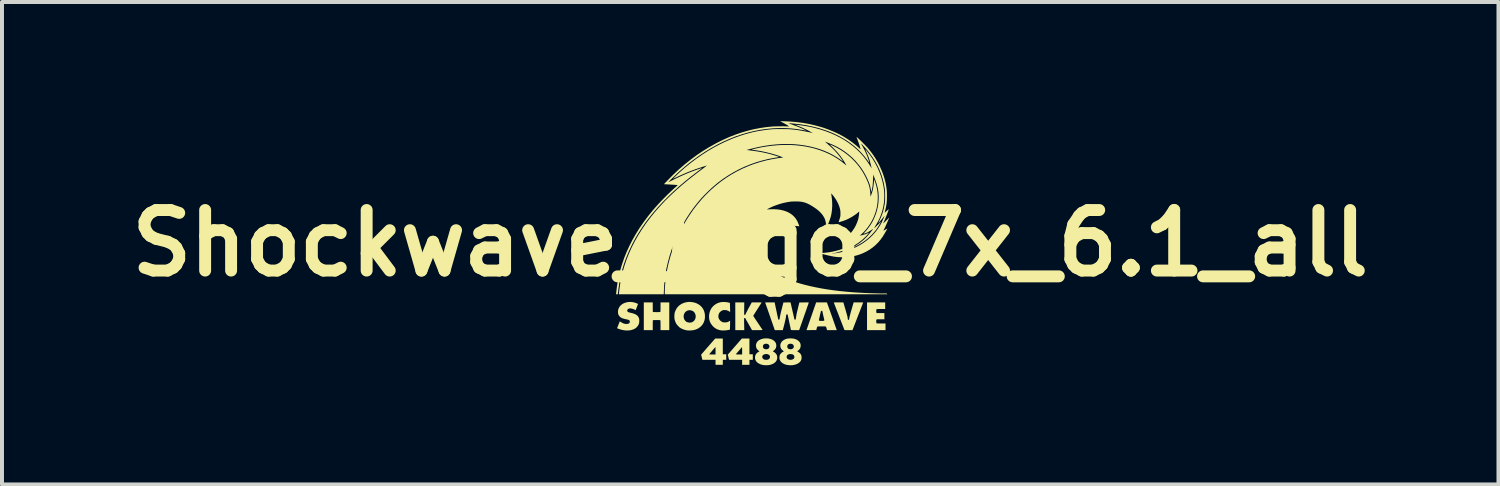
<source format=kicad_pcb>
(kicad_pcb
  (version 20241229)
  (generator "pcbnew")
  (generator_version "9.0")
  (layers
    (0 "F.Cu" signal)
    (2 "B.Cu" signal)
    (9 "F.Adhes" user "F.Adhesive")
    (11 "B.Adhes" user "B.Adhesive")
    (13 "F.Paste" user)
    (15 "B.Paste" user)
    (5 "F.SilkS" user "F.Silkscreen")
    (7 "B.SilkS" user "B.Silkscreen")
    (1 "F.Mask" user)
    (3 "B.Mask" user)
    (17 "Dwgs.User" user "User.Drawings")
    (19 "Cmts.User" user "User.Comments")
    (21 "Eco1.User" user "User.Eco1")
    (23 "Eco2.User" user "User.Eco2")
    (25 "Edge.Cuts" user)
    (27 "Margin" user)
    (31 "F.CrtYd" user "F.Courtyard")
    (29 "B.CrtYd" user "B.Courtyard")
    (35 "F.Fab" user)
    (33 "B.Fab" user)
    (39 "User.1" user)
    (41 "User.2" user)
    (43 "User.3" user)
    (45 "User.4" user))
  (footprint "Shockwave_logo_7x_6.1_all"
    (layer "F.Cu")
    (at 15.828 3.069)
    (property "Reference" "Shockwave_logo_7x_6.1_all" (at 0 0 0) (layer "F.SilkS") (effects (font (size 1.524 1.524) (thickness 0.3))))
    (attr board_only exclude_from_pos_files exclude_from_bom)
    (fp_poly (pts (xy -2.922 1.68) (xy -2.924 1.682) (xy -2.927 1.68) (xy -2.924 1.678)) (stroke (width 0) (type solid)) (fill yes) (layer "F.SilkS"))
    (fp_poly (pts (xy -2.914 1.684) (xy -2.916 1.686) (xy -2.918 1.684) (xy -2.916 1.682)) (stroke (width 0) (type solid)) (fill yes) (layer "F.SilkS"))
    (fp_poly (pts (xy -2.906 1.688) (xy -2.908 1.69) (xy -2.91 1.688) (xy -2.908 1.686)) (stroke (width 0) (type solid)) (fill yes) (layer "F.SilkS"))
    (fp_poly (pts (xy -2.894 1.696) (xy -2.896 1.698) (xy -2.898 1.696) (xy -2.896 1.694)) (stroke (width 0) (type solid)) (fill yes) (layer "F.SilkS"))
    (fp_poly (pts (xy -2.886 1.7) (xy -2.888 1.702) (xy -2.89 1.7) (xy -2.888 1.698)) (stroke (width 0) (type solid)) (fill yes) (layer "F.SilkS"))
    (fp_poly (pts (xy -3.054 1.949) (xy -3.046 1.956) (xy -3.045 1.959) (xy -3.046 1.959) (xy -3.05 1.956) (xy -3.055 1.95) (xy -3.063 1.941)) (stroke (width 0) (type solid)) (fill yes) (layer "F.SilkS"))
    (fp_poly (pts (xy -3.047 1.994) (xy -3.051 2) (xy -3.057 2.006) (xy -3.06 2.008) (xy -3.06 2.006) (xy -3.055 2) (xy -3.049 1.994) (xy -3.046 1.992)) (stroke (width 0) (type solid)) (fill yes) (layer "F.SilkS"))
    (fp_poly (pts (xy -3.042 1.968) (xy -3.041 1.979) (xy -3.042 1.983) (xy -3.043 1.984) (xy -3.044 1.978) (xy -3.044 1.976) (xy -3.044 1.968) (xy -3.042 1.967)) (stroke (width 0) (type solid)) (fill yes) (layer "F.SilkS"))
    (fp_poly (pts (xy -0.69 2.796) (xy -0.604 2.796) (xy -0.604 2.935) (xy -0.69 2.935) (xy -0.69 3.061) (xy -0.873 3.061) (xy -0.873 2.935) (xy -1.204 2.935) (xy -1.206 2.926) (xy -1.208 2.918) (xy -1.211 2.905) (xy -1.215 2.887) (xy -1.22 2.866) (xy -1.222 2.861) (xy -1.235 2.805) (xy -1.228 2.797) (xy -1.033 2.797) (xy -1.029 2.798) (xy -1.018 2.799) (xy -1.001 2.799) (xy -0.981 2.8) (xy -0.956 2.8) (xy -0.953 2.8) (xy -0.873 2.8) (xy -0.873 2.705) (xy -0.874 2.675) (xy -0.874 2.652) (xy -0.874 2.635) (xy -0.875 2.624) (xy -0.876 2.618) (xy -0.877 2.616) (xy -0.879 2.616) (xy -0.879 2.616) (xy -0.886 2.623) (xy -0.896 2.635) (xy -0.909 2.65) (xy -0.924 2.668) (xy -0.941 2.687) (xy -0.959 2.708) (xy -0.976 2.728) (xy -0.993 2.748) (xy -1.007 2.765) (xy -1.019 2.78) (xy -1.028 2.79) (xy -1.032 2.796) (xy -1.033 2.797) (xy -1.228 2.797) (xy -1.059 2.602) (xy -0.882 2.4) (xy -0.69 2.4)) (stroke (width 0) (type solid)) (fill yes) (layer "F.SilkS"))
    (fp_poly (pts (xy -0.02 2.796) (xy 0.065 2.796) (xy 0.065 2.935) (xy -0.02 2.935) (xy -0.02 3.061) (xy -0.204 3.061) (xy -0.204 2.935) (xy -0.533 2.935) (xy -0.549 2.87) (xy -0.565 2.805) (xy -0.557 2.796) (xy -0.363 2.796) (xy -0.359 2.798) (xy -0.349 2.799) (xy -0.332 2.799) (xy -0.311 2.8) (xy -0.286 2.8) (xy -0.204 2.8) (xy -0.204 2.705) (xy -0.204 2.674) (xy -0.205 2.651) (xy -0.205 2.634) (xy -0.206 2.623) (xy -0.207 2.617) (xy -0.208 2.616) (xy -0.209 2.617) (xy -0.213 2.621) (xy -0.222 2.631) (xy -0.234 2.646) (xy -0.25 2.664) (xy -0.267 2.684) (xy -0.287 2.707) (xy -0.288 2.708) (xy -0.307 2.73) (xy -0.325 2.751) (xy -0.34 2.768) (xy -0.351 2.782) (xy -0.359 2.792) (xy -0.363 2.796) (xy -0.363 2.796) (xy -0.557 2.796) (xy -0.453 2.677) (xy -0.426 2.646) (xy -0.397 2.613) (xy -0.369 2.581) (xy -0.341 2.549) (xy -0.316 2.52) (xy -0.294 2.495) (xy -0.276 2.474) (xy -0.211 2.4) (xy -0.02 2.4)) (stroke (width 0) (type solid)) (fill yes) (layer "F.SilkS"))
    (fp_poly (pts (xy 3.396 1.657) (xy 3.288 1.657) (xy 3.254 1.657) (xy 3.227 1.657) (xy 3.207 1.658) (xy 3.192 1.659) (xy 3.182 1.662) (xy 3.176 1.667) (xy 3.173 1.673) (xy 3.171 1.682) (xy 3.171 1.694) (xy 3.171 1.709) (xy 3.171 1.71) (xy 3.172 1.729) (xy 3.173 1.742) (xy 3.176 1.75) (xy 3.178 1.753) (xy 3.181 1.755) (xy 3.186 1.756) (xy 3.195 1.758) (xy 3.207 1.758) (xy 3.225 1.759) (xy 3.249 1.759) (xy 3.28 1.759) (xy 3.376 1.759) (xy 3.376 1.914) (xy 3.28 1.914) (xy 3.248 1.914) (xy 3.222 1.914) (xy 3.203 1.915) (xy 3.19 1.917) (xy 3.181 1.921) (xy 3.175 1.926) (xy 3.172 1.935) (xy 3.171 1.946) (xy 3.171 1.96) (xy 3.171 1.968) (xy 3.172 1.988) (xy 3.173 2.002) (xy 3.175 2.01) (xy 3.178 2.014) (xy 3.181 2.016) (xy 3.186 2.017) (xy 3.194 2.019) (xy 3.206 2.019) (xy 3.222 2.02) (xy 3.245 2.02) (xy 3.274 2.02) (xy 3.294 2.02) (xy 3.404 2.02) (xy 3.404 2.188) (xy 2.939 2.188) (xy 2.939 1.49) (xy 3.396 1.49)) (stroke (width 0) (type solid)) (fill yes) (layer "F.SilkS"))
    (fp_poly (pts (xy -2.453 1.607) (xy -2.453 1.645) (xy -2.453 1.674) (xy -2.452 1.697) (xy -2.451 1.713) (xy -2.45 1.724) (xy -2.449 1.729) (xy -2.448 1.73) (xy -2.444 1.732) (xy -2.433 1.733) (xy -2.417 1.734) (xy -2.393 1.734) (xy -2.362 1.735) (xy -2.354 1.735) (xy -2.325 1.735) (xy -2.303 1.734) (xy -2.287 1.734) (xy -2.276 1.733) (xy -2.269 1.732) (xy -2.265 1.731) (xy -2.262 1.728) (xy -2.261 1.727) (xy -2.26 1.72) (xy -2.259 1.706) (xy -2.258 1.685) (xy -2.257 1.657) (xy -2.257 1.624) (xy -2.257 1.604) (xy -2.257 1.49) (xy -2.037 1.49) (xy -2.037 2.188) (xy -2.257 2.188) (xy -2.257 2.069) (xy -2.257 2.032) (xy -2.258 2.001) (xy -2.258 1.975) (xy -2.259 1.957) (xy -2.261 1.946) (xy -2.261 1.943) (xy -2.263 1.94) (xy -2.266 1.938) (xy -2.272 1.937) (xy -2.28 1.936) (xy -2.293 1.935) (xy -2.312 1.935) (xy -2.337 1.935) (xy -2.354 1.935) (xy -2.387 1.935) (xy -2.412 1.935) (xy -2.43 1.936) (xy -2.442 1.937) (xy -2.448 1.939) (xy -2.448 1.94) (xy -2.45 1.944) (xy -2.451 1.953) (xy -2.452 1.967) (xy -2.452 1.988) (xy -2.453 2.016) (xy -2.453 2.051) (xy -2.453 2.066) (xy -2.453 2.188) (xy -2.678 2.188) (xy -2.678 1.49) (xy -2.453 1.49)) (stroke (width 0) (type solid)) (fill yes) (layer "F.SilkS"))
    (fp_poly (pts (xy -0.64 1.48) (xy -0.579 1.487) (xy -0.547 1.494) (xy -0.511 1.502) (xy -0.509 1.579) (xy -0.508 1.615) (xy -0.507 1.648) (xy -0.506 1.676) (xy -0.506 1.699) (xy -0.506 1.717) (xy -0.507 1.727) (xy -0.508 1.731) (xy -0.512 1.729) (xy -0.521 1.723) (xy -0.531 1.716) (xy -0.561 1.7) (xy -0.59 1.689) (xy -0.622 1.684) (xy -0.635 1.683) (xy -0.655 1.682) (xy -0.67 1.683) (xy -0.682 1.686) (xy -0.694 1.689) (xy -0.728 1.706) (xy -0.756 1.728) (xy -0.778 1.754) (xy -0.793 1.785) (xy -0.8 1.819) (xy -0.802 1.839) (xy -0.801 1.858) (xy -0.799 1.872) (xy -0.795 1.885) (xy -0.789 1.899) (xy -0.771 1.929) (xy -0.749 1.954) (xy -0.721 1.973) (xy -0.711 1.979) (xy -0.697 1.985) (xy -0.686 1.99) (xy -0.675 1.992) (xy -0.662 1.993) (xy -0.645 1.994) (xy -0.637 1.994) (xy -0.605 1.992) (xy -0.578 1.987) (xy -0.553 1.978) (xy -0.527 1.963) (xy -0.527 1.963) (xy -0.508 1.951) (xy -0.507 1.964) (xy -0.506 1.972) (xy -0.506 1.987) (xy -0.507 2.007) (xy -0.507 2.031) (xy -0.508 2.058) (xy -0.508 2.076) (xy -0.511 2.175) (xy -0.526 2.18) (xy -0.552 2.185) (xy -0.584 2.19) (xy -0.62 2.194) (xy -0.656 2.196) (xy -0.69 2.197) (xy -0.721 2.195) (xy -0.723 2.195) (xy -0.773 2.187) (xy -0.822 2.171) (xy -0.868 2.148) (xy -0.909 2.118) (xy -0.933 2.096) (xy -0.968 2.056) (xy -0.996 2.014) (xy -1.017 1.969) (xy -1.03 1.921) (xy -1.036 1.87) (xy -1.036 1.829) (xy -1.03 1.773) (xy -1.016 1.72) (xy -0.996 1.672) (xy -0.969 1.627) (xy -0.935 1.587) (xy -0.897 1.554) (xy -0.852 1.524) (xy -0.804 1.502) (xy -0.752 1.487) (xy -0.698 1.48)) (stroke (width 0) (type solid)) (fill yes) (layer "F.SilkS"))
    (fp_poly (pts (xy -1.45 1.485) (xy -1.398 1.496) (xy -1.349 1.514) (xy -1.303 1.538) (xy -1.262 1.567) (xy -1.229 1.598) (xy -1.197 1.639) (xy -1.171 1.683) (xy -1.154 1.731) (xy -1.143 1.782) (xy -1.139 1.838) (xy -1.139 1.841) (xy -1.142 1.897) (xy -1.153 1.949) (xy -1.171 1.997) (xy -1.196 2.041) (xy -1.229 2.081) (xy -1.237 2.09) (xy -1.276 2.123) (xy -1.32 2.151) (xy -1.369 2.172) (xy -1.422 2.187) (xy -1.479 2.195) (xy -1.539 2.197) (xy -1.569 2.196) (xy -1.617 2.189) (xy -1.663 2.177) (xy -1.71 2.158) (xy -1.722 2.152) (xy -1.742 2.143) (xy -1.757 2.134) (xy -1.77 2.126) (xy -1.782 2.115) (xy -1.797 2.102) (xy -1.81 2.088) (xy -1.831 2.066) (xy -1.847 2.047) (xy -1.859 2.03) (xy -1.867 2.017) (xy -1.887 1.972) (xy -1.901 1.928) (xy -1.908 1.883) (xy -1.909 1.841) (xy -1.676 1.841) (xy -1.673 1.875) (xy -1.663 1.909) (xy -1.66 1.916) (xy -1.642 1.945) (xy -1.62 1.969) (xy -1.592 1.985) (xy -1.56 1.995) (xy -1.524 1.999) (xy -1.515 1.998) (xy -1.495 1.997) (xy -1.479 1.994) (xy -1.465 1.988) (xy -1.455 1.984) (xy -1.427 1.966) (xy -1.405 1.943) (xy -1.388 1.916) (xy -1.377 1.885) (xy -1.372 1.853) (xy -1.374 1.82) (xy -1.381 1.788) (xy -1.396 1.756) (xy -1.409 1.738) (xy -1.429 1.718) (xy -1.455 1.703) (xy -1.485 1.692) (xy -1.516 1.687) (xy -1.538 1.687) (xy -1.572 1.694) (xy -1.601 1.707) (xy -1.627 1.727) (xy -1.647 1.75) (xy -1.663 1.778) (xy -1.672 1.809) (xy -1.676 1.841) (xy -1.909 1.841) (xy -1.909 1.834) (xy -1.909 1.821) (xy -1.906 1.787) (xy -1.902 1.757) (xy -1.894 1.729) (xy -1.883 1.701) (xy -1.873 1.68) (xy -1.848 1.635) (xy -1.816 1.595) (xy -1.778 1.561) (xy -1.734 1.532) (xy -1.712 1.52) (xy -1.662 1.5) (xy -1.61 1.486) (xy -1.557 1.479) (xy -1.503 1.479)) (stroke (width 0) (type solid)) (fill yes) (layer "F.SilkS"))
    (fp_poly (pts (xy -0.152 1.646) (xy -0.153 1.802) (xy -0.138 1.803) (xy -0.13 1.804) (xy -0.124 1.802) (xy -0.121 1.796) (xy -0.116 1.784) (xy -0.116 1.782) (xy -0.112 1.773) (xy -0.105 1.759) (xy -0.095 1.738) (xy -0.082 1.714) (xy -0.068 1.686) (xy -0.052 1.656) (xy -0.035 1.625) (xy -0.035 1.625) (xy 0.039 1.49) (xy 0.162 1.49) (xy 0.195 1.49) (xy 0.224 1.49) (xy 0.249 1.491) (xy 0.268 1.492) (xy 0.28 1.492) (xy 0.286 1.493) (xy 0.286 1.494) (xy 0.284 1.498) (xy 0.277 1.508) (xy 0.268 1.524) (xy 0.255 1.544) (xy 0.239 1.569) (xy 0.221 1.597) (xy 0.202 1.628) (xy 0.181 1.66) (xy 0.16 1.693) (xy 0.14 1.724) (xy 0.122 1.752) (xy 0.107 1.777) (xy 0.094 1.798) (xy 0.084 1.814) (xy 0.078 1.824) (xy 0.076 1.829) (xy 0.078 1.833) (xy 0.085 1.844) (xy 0.095 1.86) (xy 0.108 1.88) (xy 0.124 1.905) (xy 0.143 1.933) (xy 0.164 1.964) (xy 0.186 1.997) (xy 0.191 2.005) (xy 0.214 2.038) (xy 0.235 2.07) (xy 0.254 2.099) (xy 0.271 2.125) (xy 0.286 2.146) (xy 0.297 2.163) (xy 0.305 2.175) (xy 0.308 2.181) (xy 0.309 2.182) (xy 0.309 2.183) (xy 0.306 2.185) (xy 0.301 2.186) (xy 0.292 2.186) (xy 0.279 2.187) (xy 0.261 2.187) (xy 0.236 2.188) (xy 0.204 2.188) (xy 0.178 2.188) (xy 0.045 2.188) (xy -0.011 2.089) (xy -0.027 2.061) (xy -0.043 2.033) (xy -0.058 2.007) (xy -0.071 1.984) (xy -0.082 1.966) (xy -0.089 1.954) (xy -0.099 1.938) (xy -0.107 1.922) (xy -0.113 1.91) (xy -0.115 1.905) (xy -0.121 1.891) (xy -0.127 1.884) (xy -0.135 1.882) (xy -0.137 1.882) (xy -0.142 1.882) (xy -0.146 1.883) (xy -0.149 1.886) (xy -0.151 1.891) (xy -0.153 1.899) (xy -0.154 1.911) (xy -0.155 1.928) (xy -0.155 1.95) (xy -0.154 1.978) (xy -0.154 2.013) (xy -0.153 2.041) (xy -0.15 2.188) (xy -0.376 2.188) (xy -0.376 1.49) (xy -0.15 1.49)) (stroke (width 0) (type solid)) (fill yes) (layer "F.SilkS"))
    (fp_poly (pts (xy 2.051 1.83) (xy 2.069 1.88) (xy 2.086 1.929) (xy 2.102 1.975) (xy 2.117 2.017) (xy 2.131 2.056) (xy 2.143 2.091) (xy 2.154 2.121) (xy 2.162 2.145) (xy 2.169 2.163) (xy 2.173 2.174) (xy 2.174 2.179) (xy 2.176 2.188) (xy 1.932 2.188) (xy 1.922 2.148) (xy 1.917 2.13) (xy 1.912 2.115) (xy 1.907 2.104) (xy 1.905 2.101) (xy 1.902 2.099) (xy 1.898 2.097) (xy 1.891 2.096) (xy 1.881 2.095) (xy 1.866 2.094) (xy 1.846 2.094) (xy 1.82 2.094) (xy 1.797 2.094) (xy 1.762 2.094) (xy 1.735 2.094) (xy 1.715 2.095) (xy 1.701 2.096) (xy 1.692 2.098) (xy 1.689 2.099) (xy 1.685 2.105) (xy 1.68 2.118) (xy 1.674 2.136) (xy 1.672 2.145) (xy 1.662 2.186) (xy 1.539 2.187) (xy 1.416 2.188) (xy 1.445 2.105) (xy 1.451 2.087) (xy 1.46 2.062) (xy 1.471 2.031) (xy 1.483 1.995) (xy 1.497 1.954) (xy 1.505 1.933) (xy 1.728 1.933) (xy 1.729 1.943) (xy 1.733 1.948) (xy 1.74 1.951) (xy 1.753 1.954) (xy 1.77 1.955) (xy 1.79 1.956) (xy 1.811 1.956) (xy 1.83 1.955) (xy 1.846 1.953) (xy 1.857 1.951) (xy 1.861 1.949) (xy 1.863 1.945) (xy 1.863 1.94) (xy 1.862 1.93) (xy 1.86 1.916) (xy 1.856 1.897) (xy 1.85 1.871) (xy 1.848 1.862) (xy 1.841 1.835) (xy 1.835 1.807) (xy 1.829 1.782) (xy 1.825 1.76) (xy 1.822 1.745) (xy 1.819 1.729) (xy 1.816 1.715) (xy 1.814 1.707) (xy 1.814 1.705) (xy 1.808 1.703) (xy 1.798 1.702) (xy 1.788 1.704) (xy 1.781 1.707) (xy 1.781 1.707) (xy 1.779 1.712) (xy 1.775 1.724) (xy 1.771 1.742) (xy 1.765 1.765) (xy 1.759 1.791) (xy 1.753 1.818) (xy 1.747 1.847) (xy 1.741 1.873) (xy 1.736 1.896) (xy 1.732 1.915) (xy 1.729 1.927) (xy 1.728 1.933) (xy 1.505 1.933) (xy 1.512 1.911) (xy 1.528 1.866) (xy 1.545 1.819) (xy 1.561 1.771) (xy 1.566 1.756) (xy 1.659 1.49) (xy 1.929 1.49)) (stroke (width 0) (type solid)) (fill yes) (layer "F.SilkS"))
    (fp_poly (pts (xy 2.353 1.523) (xy 2.362 1.553) (xy 2.371 1.586) (xy 2.381 1.621) (xy 2.392 1.656) (xy 2.402 1.692) (xy 2.412 1.727) (xy 2.421 1.76) (xy 2.43 1.789) (xy 2.437 1.815) (xy 2.442 1.835) (xy 2.446 1.849) (xy 2.447 1.854) (xy 2.45 1.872) (xy 2.452 1.889) (xy 2.453 1.9) (xy 2.455 1.916) (xy 2.462 1.927) (xy 2.473 1.931) (xy 2.473 1.931) (xy 2.48 1.929) (xy 2.484 1.925) (xy 2.488 1.915) (xy 2.491 1.9) (xy 2.494 1.884) (xy 2.496 1.87) (xy 2.501 1.849) (xy 2.507 1.823) (xy 2.515 1.794) (xy 2.524 1.761) (xy 2.533 1.727) (xy 2.533 1.727) (xy 2.543 1.693) (xy 2.553 1.659) (xy 2.563 1.626) (xy 2.571 1.595) (xy 2.579 1.569) (xy 2.585 1.549) (xy 2.585 1.548) (xy 2.602 1.49) (xy 2.722 1.49) (xy 2.756 1.49) (xy 2.783 1.49) (xy 2.804 1.49) (xy 2.819 1.49) (xy 2.829 1.491) (xy 2.836 1.492) (xy 2.839 1.493) (xy 2.84 1.495) (xy 2.84 1.497) (xy 2.84 1.498) (xy 2.838 1.503) (xy 2.833 1.515) (xy 2.826 1.534) (xy 2.817 1.558) (xy 2.806 1.588) (xy 2.792 1.623) (xy 2.777 1.661) (xy 2.761 1.704) (xy 2.743 1.75) (xy 2.724 1.798) (xy 2.705 1.847) (xy 2.573 2.188) (xy 2.472 2.188) (xy 2.441 2.188) (xy 2.417 2.188) (xy 2.399 2.187) (xy 2.386 2.187) (xy 2.377 2.186) (xy 2.372 2.184) (xy 2.37 2.183) (xy 2.369 2.181) (xy 2.367 2.176) (xy 2.362 2.165) (xy 2.356 2.147) (xy 2.347 2.124) (xy 2.336 2.095) (xy 2.323 2.063) (xy 2.309 2.027) (xy 2.294 1.987) (xy 2.278 1.946) (xy 2.261 1.903) (xy 2.244 1.859) (xy 2.227 1.814) (xy 2.21 1.77) (xy 2.193 1.727) (xy 2.177 1.686) (xy 2.162 1.647) (xy 2.148 1.611) (xy 2.136 1.578) (xy 2.125 1.55) (xy 2.116 1.527) (xy 2.109 1.51) (xy 2.105 1.499) (xy 2.103 1.495) (xy 2.104 1.493) (xy 2.109 1.492) (xy 2.119 1.491) (xy 2.133 1.491) (xy 2.154 1.49) (xy 2.181 1.49) (xy 2.216 1.49) (xy 2.222 1.49) (xy 2.343 1.49)) (stroke (width 0) (type solid)) (fill yes) (layer "F.SilkS"))
    (fp_poly (pts (xy -2.956 1.484) (xy -2.911 1.494) (xy -2.896 1.499) (xy -2.879 1.505) (xy -2.862 1.511) (xy -2.846 1.518) (xy -2.833 1.524) (xy -2.826 1.528) (xy -2.824 1.53) (xy -2.825 1.532) (xy -2.827 1.537) (xy -2.829 1.545) (xy -2.834 1.558) (xy -2.841 1.575) (xy -2.849 1.598) (xy -2.86 1.627) (xy -2.872 1.658) (xy -2.882 1.685) (xy -2.916 1.669) (xy -2.942 1.658) (xy -2.971 1.649) (xy -2.998 1.643) (xy -3.02 1.641) (xy -3.044 1.644) (xy -3.064 1.651) (xy -3.08 1.662) (xy -3.091 1.676) (xy -3.096 1.692) (xy -3.093 1.71) (xy -3.092 1.712) (xy -3.087 1.721) (xy -3.079 1.729) (xy -3.067 1.735) (xy -3.049 1.742) (xy -3.026 1.748) (xy -3.004 1.753) (xy -2.956 1.765) (xy -2.915 1.779) (xy -2.881 1.794) (xy -2.854 1.812) (xy -2.832 1.832) (xy -2.815 1.855) (xy -2.802 1.882) (xy -2.799 1.891) (xy -2.795 1.912) (xy -2.792 1.938) (xy -2.792 1.966) (xy -2.794 1.992) (xy -2.798 2.015) (xy -2.798 2.016) (xy -2.811 2.051) (xy -2.831 2.085) (xy -2.857 2.115) (xy -2.888 2.141) (xy -2.903 2.151) (xy -2.946 2.171) (xy -2.993 2.186) (xy -3.044 2.195) (xy -3.098 2.197) (xy -3.133 2.196) (xy -3.176 2.191) (xy -3.22 2.183) (xy -3.263 2.172) (xy -3.302 2.159) (xy -3.329 2.149) (xy -3.351 2.139) (xy -3.32 2.063) (xy -3.311 2.039) (xy -3.302 2.017) (xy -3.294 1.998) (xy -3.289 1.985) (xy -3.286 1.977) (xy -3.286 1.976) (xy -3.282 1.967) (xy -3.258 1.983) (xy -3.217 2.007) (xy -3.177 2.024) (xy -3.137 2.032) (xy -3.114 2.033) (xy -3.085 2.031) (xy -3.061 2.024) (xy -3.043 2.013) (xy -3.033 1.997) (xy -3.029 1.978) (xy -3.029 1.976) (xy -3.029 1.963) (xy -3.033 1.952) (xy -3.039 1.943) (xy -3.05 1.935) (xy -3.065 1.929) (xy -3.087 1.923) (xy -3.115 1.916) (xy -3.127 1.914) (xy -3.168 1.905) (xy -3.201 1.895) (xy -3.228 1.885) (xy -3.252 1.872) (xy -3.266 1.863) (xy -3.288 1.842) (xy -3.307 1.816) (xy -3.32 1.789) (xy -3.321 1.788) (xy -3.325 1.77) (xy -3.327 1.747) (xy -3.327 1.722) (xy -3.326 1.696) (xy -3.322 1.674) (xy -3.321 1.67) (xy -3.307 1.632) (xy -3.286 1.596) (xy -3.259 1.565) (xy -3.227 1.538) (xy -3.189 1.516) (xy -3.148 1.499) (xy -3.104 1.487) (xy -3.056 1.48) (xy -3.007 1.479)) (stroke (width 0) (type solid)) (fill yes) (layer "F.SilkS"))
    (fp_poly (pts (xy 1.078 2.4) (xy 1.118 2.408) (xy 1.158 2.423) (xy 1.193 2.442) (xy 1.222 2.466) (xy 1.245 2.493) (xy 1.254 2.509) (xy 1.261 2.526) (xy 1.266 2.541) (xy 1.268 2.559) (xy 1.269 2.569) (xy 1.267 2.606) (xy 1.258 2.638) (xy 1.241 2.668) (xy 1.217 2.694) (xy 1.186 2.716) (xy 1.185 2.717) (xy 1.182 2.719) (xy 1.184 2.723) (xy 1.19 2.727) (xy 1.202 2.734) (xy 1.204 2.735) (xy 1.232 2.753) (xy 1.256 2.775) (xy 1.274 2.798) (xy 1.282 2.815) (xy 1.289 2.841) (xy 1.292 2.87) (xy 1.291 2.901) (xy 1.286 2.928) (xy 1.282 2.94) (xy 1.266 2.969) (xy 1.243 2.996) (xy 1.215 3.018) (xy 1.18 3.038) (xy 1.141 3.053) (xy 1.099 3.064) (xy 1.053 3.071) (xy 1.005 3.072) (xy 0.962 3.069) (xy 0.912 3.061) (xy 0.867 3.047) (xy 0.829 3.029) (xy 0.796 3.006) (xy 0.769 2.979) (xy 0.75 2.949) (xy 0.741 2.927) (xy 0.736 2.903) (xy 0.735 2.875) (xy 0.736 2.854) (xy 0.916 2.854) (xy 0.917 2.875) (xy 0.925 2.895) (xy 0.94 2.912) (xy 0.961 2.925) (xy 0.986 2.933) (xy 1.014 2.935) (xy 1.042 2.933) (xy 1.066 2.925) (xy 1.069 2.924) (xy 1.088 2.912) (xy 1.101 2.898) (xy 1.107 2.887) (xy 1.11 2.877) (xy 1.11 2.864) (xy 1.109 2.857) (xy 1.108 2.842) (xy 1.104 2.831) (xy 1.097 2.821) (xy 1.096 2.82) (xy 1.078 2.805) (xy 1.056 2.795) (xy 1.029 2.791) (xy 1.014 2.79) (xy 0.995 2.791) (xy 0.982 2.792) (xy 0.97 2.796) (xy 0.956 2.802) (xy 0.941 2.811) (xy 0.931 2.82) (xy 0.924 2.832) (xy 0.923 2.833) (xy 0.916 2.854) (xy 0.736 2.854) (xy 0.737 2.846) (xy 0.743 2.82) (xy 0.748 2.807) (xy 0.762 2.786) (xy 0.782 2.764) (xy 0.804 2.745) (xy 0.826 2.732) (xy 0.849 2.721) (xy 0.829 2.708) (xy 0.801 2.685) (xy 0.779 2.658) (xy 0.765 2.627) (xy 0.759 2.605) (xy 0.759 2.594) (xy 0.931 2.594) (xy 0.933 2.618) (xy 0.942 2.638) (xy 0.958 2.655) (xy 0.973 2.664) (xy 0.989 2.668) (xy 1.009 2.669) (xy 1.03 2.668) (xy 1.049 2.665) (xy 1.057 2.661) (xy 1.077 2.647) (xy 1.09 2.63) (xy 1.097 2.61) (xy 1.097 2.59) (xy 1.09 2.571) (xy 1.077 2.553) (xy 1.058 2.539) (xy 1.057 2.539) (xy 1.038 2.533) (xy 1.015 2.53) (xy 0.992 2.532) (xy 0.972 2.538) (xy 0.969 2.539) (xy 0.95 2.552) (xy 0.938 2.569) (xy 0.932 2.591) (xy 0.931 2.594) (xy 0.759 2.594) (xy 0.757 2.57) (xy 0.762 2.537) (xy 0.775 2.506) (xy 0.794 2.478) (xy 0.82 2.453) (xy 0.853 2.432) (xy 0.891 2.414) (xy 0.908 2.408) (xy 0.947 2.4) (xy 0.99 2.396) (xy 1.034 2.396)) (stroke (width 0) (type solid)) (fill yes) (layer "F.SilkS"))
    (fp_poly (pts (xy 0.457 2.398) (xy 0.5 2.407) (xy 0.539 2.42) (xy 0.574 2.438) (xy 0.603 2.46) (xy 0.627 2.486) (xy 0.644 2.516) (xy 0.649 2.53) (xy 0.656 2.565) (xy 0.655 2.6) (xy 0.647 2.632) (xy 0.632 2.662) (xy 0.609 2.688) (xy 0.594 2.701) (xy 0.582 2.71) (xy 0.573 2.717) (xy 0.568 2.72) (xy 0.568 2.721) (xy 0.57 2.723) (xy 0.579 2.728) (xy 0.588 2.733) (xy 0.608 2.745) (xy 0.629 2.762) (xy 0.647 2.781) (xy 0.66 2.799) (xy 0.664 2.805) (xy 0.676 2.837) (xy 0.68 2.872) (xy 0.677 2.907) (xy 0.666 2.943) (xy 0.662 2.953) (xy 0.643 2.982) (xy 0.617 3.007) (xy 0.585 3.029) (xy 0.547 3.047) (xy 0.503 3.06) (xy 0.484 3.065) (xy 0.463 3.068) (xy 0.436 3.07) (xy 0.408 3.071) (xy 0.38 3.071) (xy 0.356 3.07) (xy 0.347 3.069) (xy 0.301 3.061) (xy 0.259 3.048) (xy 0.221 3.031) (xy 0.189 3.011) (xy 0.162 2.987) (xy 0.142 2.961) (xy 0.137 2.95) (xy 0.124 2.914) (xy 0.12 2.879) (xy 0.121 2.861) (xy 0.302 2.861) (xy 0.306 2.883) (xy 0.317 2.902) (xy 0.333 2.918) (xy 0.354 2.929) (xy 0.369 2.932) (xy 0.389 2.934) (xy 0.411 2.934) (xy 0.431 2.933) (xy 0.442 2.93) (xy 0.459 2.923) (xy 0.475 2.91) (xy 0.488 2.895) (xy 0.492 2.889) (xy 0.497 2.873) (xy 0.497 2.854) (xy 0.494 2.837) (xy 0.492 2.833) (xy 0.479 2.816) (xy 0.459 2.802) (xy 0.436 2.793) (xy 0.409 2.789) (xy 0.381 2.791) (xy 0.367 2.794) (xy 0.34 2.803) (xy 0.32 2.817) (xy 0.308 2.834) (xy 0.302 2.855) (xy 0.302 2.861) (xy 0.121 2.861) (xy 0.123 2.845) (xy 0.133 2.813) (xy 0.151 2.783) (xy 0.175 2.758) (xy 0.205 2.737) (xy 0.208 2.735) (xy 0.22 2.729) (xy 0.229 2.723) (xy 0.233 2.721) (xy 0.233 2.721) (xy 0.23 2.718) (xy 0.222 2.712) (xy 0.21 2.704) (xy 0.208 2.703) (xy 0.182 2.679) (xy 0.162 2.651) (xy 0.15 2.621) (xy 0.146 2.6) (xy 0.318 2.6) (xy 0.322 2.623) (xy 0.332 2.642) (xy 0.349 2.657) (xy 0.356 2.661) (xy 0.376 2.667) (xy 0.4 2.669) (xy 0.424 2.667) (xy 0.443 2.662) (xy 0.462 2.649) (xy 0.475 2.632) (xy 0.482 2.613) (xy 0.483 2.593) (xy 0.478 2.573) (xy 0.467 2.556) (xy 0.449 2.541) (xy 0.445 2.539) (xy 0.426 2.533) (xy 0.404 2.53) (xy 0.381 2.532) (xy 0.361 2.536) (xy 0.353 2.54) (xy 0.335 2.554) (xy 0.323 2.572) (xy 0.319 2.594) (xy 0.318 2.6) (xy 0.146 2.6) (xy 0.144 2.588) (xy 0.145 2.555) (xy 0.154 2.522) (xy 0.17 2.491) (xy 0.178 2.479) (xy 0.199 2.458) (xy 0.226 2.439) (xy 0.258 2.423) (xy 0.294 2.41) (xy 0.333 2.4) (xy 0.361 2.397) (xy 0.41 2.395)) (stroke (width 0) (type solid)) (fill yes) (layer "F.SilkS"))
    (fp_poly (pts (xy 1.061 1.695) (xy 1.07 1.735) (xy 1.079 1.773) (xy 1.087 1.808) (xy 1.094 1.839) (xy 1.1 1.865) (xy 1.105 1.887) (xy 1.109 1.902) (xy 1.111 1.91) (xy 1.111 1.911) (xy 1.118 1.922) (xy 1.128 1.925) (xy 1.138 1.923) (xy 1.144 1.917) (xy 1.147 1.907) (xy 1.149 1.895) (xy 1.151 1.873) (xy 1.155 1.851) (xy 1.159 1.827) (xy 1.163 1.801) (xy 1.169 1.772) (xy 1.177 1.738) (xy 1.186 1.699) (xy 1.197 1.653) (xy 1.199 1.643) (xy 1.236 1.492) (xy 1.355 1.491) (xy 1.391 1.491) (xy 1.42 1.491) (xy 1.442 1.491) (xy 1.457 1.491) (xy 1.468 1.492) (xy 1.473 1.494) (xy 1.473 1.495) (xy 1.472 1.499) (xy 1.468 1.511) (xy 1.462 1.529) (xy 1.454 1.553) (xy 1.443 1.583) (xy 1.431 1.617) (xy 1.418 1.656) (xy 1.403 1.699) (xy 1.387 1.745) (xy 1.369 1.794) (xy 1.352 1.844) (xy 1.231 2.188) (xy 1.128 2.188) (xy 1.096 2.188) (xy 1.072 2.188) (xy 1.053 2.187) (xy 1.04 2.187) (xy 1.032 2.186) (xy 1.027 2.184) (xy 1.024 2.183) (xy 1.023 2.181) (xy 1.022 2.175) (xy 1.019 2.163) (xy 1.015 2.144) (xy 1.01 2.119) (xy 1.004 2.09) (xy 0.997 2.057) (xy 0.989 2.021) (xy 0.982 1.986) (xy 0.974 1.948) (xy 0.966 1.913) (xy 0.959 1.88) (xy 0.953 1.852) (xy 0.948 1.829) (xy 0.944 1.811) (xy 0.942 1.799) (xy 0.941 1.795) (xy 0.934 1.792) (xy 0.924 1.792) (xy 0.914 1.794) (xy 0.907 1.798) (xy 0.907 1.799) (xy 0.905 1.806) (xy 0.903 1.819) (xy 0.901 1.836) (xy 0.9 1.845) (xy 0.898 1.861) (xy 0.894 1.885) (xy 0.888 1.915) (xy 0.879 1.953) (xy 0.869 1.996) (xy 0.857 2.046) (xy 0.843 2.1) (xy 0.827 2.16) (xy 0.824 2.172) (xy 0.82 2.188) (xy 0.719 2.188) (xy 0.618 2.188) (xy 0.498 1.844) (xy 0.481 1.793) (xy 0.464 1.744) (xy 0.447 1.698) (xy 0.433 1.655) (xy 0.419 1.617) (xy 0.407 1.582) (xy 0.397 1.553) (xy 0.388 1.528) (xy 0.382 1.51) (xy 0.378 1.499) (xy 0.376 1.495) (xy 0.378 1.493) (xy 0.383 1.492) (xy 0.392 1.491) (xy 0.407 1.491) (xy 0.428 1.49) (xy 0.455 1.49) (xy 0.49 1.49) (xy 0.494 1.49) (xy 0.614 1.49) (xy 0.64 1.615) (xy 0.654 1.68) (xy 0.666 1.736) (xy 0.676 1.785) (xy 0.685 1.826) (xy 0.692 1.859) (xy 0.698 1.885) (xy 0.702 1.904) (xy 0.705 1.915) (xy 0.706 1.92) (xy 0.706 1.92) (xy 0.711 1.922) (xy 0.717 1.924) (xy 0.724 1.925) (xy 0.73 1.923) (xy 0.735 1.917) (xy 0.739 1.905) (xy 0.742 1.887) (xy 0.746 1.862) (xy 0.747 1.859) (xy 0.751 1.837) (xy 0.756 1.809) (xy 0.764 1.774) (xy 0.773 1.734) (xy 0.784 1.69) (xy 0.795 1.647) (xy 0.835 1.492) (xy 0.925 1.491) (xy 1.014 1.49)) (stroke (width 0) (type solid)) (fill yes) (layer "F.SilkS"))
    (fp_poly (pts (xy 1.15 -2.981) (xy 1.247 -2.969) (xy 1.337 -2.956) (xy 1.422 -2.942) (xy 1.503 -2.927) (xy 1.58 -2.91) (xy 1.621 -2.9) (xy 1.762 -2.861) (xy 1.897 -2.817) (xy 2.026 -2.767) (xy 2.15 -2.712) (xy 2.268 -2.652) (xy 2.38 -2.587) (xy 2.486 -2.516) (xy 2.585 -2.44) (xy 2.679 -2.36) (xy 2.766 -2.274) (xy 2.847 -2.184) (xy 2.868 -2.157) (xy 2.893 -2.125) (xy 2.917 -2.093) (xy 2.941 -2.059) (xy 2.967 -2.022) (xy 2.995 -1.979) (xy 3.006 -1.961) (xy 3.02 -1.94) (xy 3.032 -1.921) (xy 3.042 -1.905) (xy 3.049 -1.894) (xy 3.053 -1.888) (xy 3.054 -1.888) (xy 3.054 -1.891) (xy 3.052 -1.9) (xy 3.048 -1.915) (xy 3.044 -1.934) (xy 3.038 -1.957) (xy 3.032 -1.981) (xy 3.026 -2.006) (xy 3.019 -2.031) (xy 3.013 -2.055) (xy 3.007 -2.076) (xy 3.002 -2.093) (xy 3.002 -2.094) (xy 2.992 -2.123) (xy 2.98 -2.157) (xy 2.966 -2.194) (xy 2.95 -2.233) (xy 2.935 -2.27) (xy 2.92 -2.304) (xy 2.911 -2.323) (xy 2.904 -2.34) (xy 2.898 -2.353) (xy 2.896 -2.361) (xy 2.895 -2.362) (xy 2.898 -2.36) (xy 2.906 -2.352) (xy 2.916 -2.34) (xy 2.929 -2.325) (xy 2.933 -2.32) (xy 3.011 -2.22) (xy 3.081 -2.117) (xy 3.145 -2.011) (xy 3.201 -1.903) (xy 3.249 -1.793) (xy 3.29 -1.682) (xy 3.323 -1.569) (xy 3.349 -1.455) (xy 3.366 -1.341) (xy 3.368 -1.322) (xy 3.37 -1.293) (xy 3.372 -1.257) (xy 3.373 -1.217) (xy 3.373 -1.175) (xy 3.372 -1.133) (xy 3.37 -1.093) (xy 3.368 -1.058) (xy 3.366 -1.031) (xy 3.35 -0.93) (xy 3.328 -0.832) (xy 3.299 -0.738) (xy 3.263 -0.645) (xy 3.255 -0.628) (xy 3.247 -0.611) (xy 3.239 -0.594) (xy 3.231 -0.578) (xy 3.222 -0.56) (xy 3.21 -0.539) (xy 3.197 -0.515) (xy 3.18 -0.485) (xy 3.164 -0.457) (xy 3.151 -0.435) (xy 3.139 -0.414) (xy 3.129 -0.396) (xy 3.122 -0.383) (xy 3.117 -0.376) (xy 3.118 -0.375) (xy 3.124 -0.379) (xy 3.134 -0.388) (xy 3.149 -0.402) (xy 3.167 -0.419) (xy 3.187 -0.439) (xy 3.199 -0.451) (xy 3.222 -0.473) (xy 3.242 -0.493) (xy 3.259 -0.51) (xy 3.273 -0.523) (xy 3.284 -0.533) (xy 3.289 -0.537) (xy 3.29 -0.537) (xy 3.288 -0.532) (xy 3.282 -0.52) (xy 3.273 -0.504) (xy 3.262 -0.484) (xy 3.249 -0.462) (xy 3.236 -0.439) (xy 3.229 -0.429) (xy 3.175 -0.348) (xy 3.114 -0.272) (xy 3.047 -0.199) (xy 2.973 -0.13) (xy 2.894 -0.067) (xy 2.809 -0.008) (xy 2.72 0.044) (xy 2.663 0.073) (xy 2.638 0.086) (xy 2.615 0.096) (xy 2.594 0.106) (xy 2.576 0.113) (xy 2.563 0.118) (xy 2.556 0.121) (xy 2.555 0.12) (xy 2.558 0.118) (xy 2.568 0.112) (xy 2.581 0.105) (xy 2.597 0.096) (xy 2.629 0.077) (xy 2.664 0.055) (xy 2.7 0.032) (xy 2.735 0.008) (xy 2.767 -0.015) (xy 2.794 -0.036) (xy 2.83 -0.065) (xy 2.862 -0.093) (xy 2.893 -0.121) (xy 2.922 -0.151) (xy 2.952 -0.184) (xy 2.984 -0.22) (xy 3.018 -0.261) (xy 3.052 -0.305) (xy 3.098 -0.362) (xy 3.033 -0.322) (xy 3.012 -0.308) (xy 2.991 -0.295) (xy 2.973 -0.284) (xy 2.959 -0.276) (xy 2.951 -0.271) (xy 2.939 -0.266) (xy 2.924 -0.26) (xy 2.907 -0.254) (xy 2.889 -0.248) (xy 2.873 -0.243) (xy 2.86 -0.239) (xy 2.852 -0.238) (xy 2.851 -0.238) (xy 2.852 -0.241) (xy 2.859 -0.25) (xy 2.869 -0.261) (xy 2.881 -0.274) (xy 2.904 -0.299) (xy 2.924 -0.321) (xy 2.941 -0.341) (xy 2.958 -0.363) (xy 2.971 -0.38) (xy 3.029 -0.462) (xy 3.08 -0.548) (xy 3.123 -0.638) (xy 3.16 -0.73) (xy 3.19 -0.826) (xy 3.212 -0.922) (xy 3.226 -1.021) (xy 3.232 -1.119) (xy 3.233 -1.149) (xy 3.231 -1.21) (xy 3.227 -1.269) (xy 3.22 -1.327) (xy 3.209 -1.386) (xy 3.194 -1.445) (xy 3.176 -1.508) (xy 3.153 -1.575) (xy 3.129 -1.639) (xy 3.096 -1.724) (xy 3.093 -1.665) (xy 3.091 -1.611) (xy 3.088 -1.565) (xy 3.086 -1.525) (xy 3.083 -1.49) (xy 3.081 -1.459) (xy 3.078 -1.433) (xy 3.074 -1.409) (xy 3.07 -1.387) (xy 3.066 -1.366) (xy 3.061 -1.345) (xy 3.059 -1.337) (xy 3.053 -1.315) (xy 3.048 -1.3) (xy 3.044 -1.292) (xy 3.042 -1.292) (xy 3.041 -1.299) (xy 3.041 -1.301) (xy 3.04 -1.313) (xy 3.037 -1.332) (xy 3.034 -1.354) (xy 3.029 -1.379) (xy 3.024 -1.403) (xy 3.019 -1.426) (xy 3.015 -1.445) (xy 3.014 -1.449) (xy 3.001 -1.489) (xy 2.984 -1.534) (xy 2.964 -1.583) (xy 2.941 -1.633) (xy 2.917 -1.683) (xy 2.891 -1.732) (xy 2.866 -1.777) (xy 2.859 -1.79) (xy 2.795 -1.888) (xy 2.724 -1.981) (xy 2.648 -2.07) (xy 2.566 -2.153) (xy 2.478 -2.23) (xy 2.386 -2.301) (xy 2.289 -2.366) (xy 2.187 -2.424) (xy 2.098 -2.468) (xy 2.082 -2.475) (xy 2.062 -2.483) (xy 2.039 -2.493) (xy 2.014 -2.503) (xy 1.988 -2.513) (xy 1.963 -2.524) (xy 1.94 -2.533) (xy 1.919 -2.541) (xy 1.902 -2.548) (xy 1.89 -2.552) (xy 1.884 -2.554) (xy 1.883 -2.554) (xy 1.886 -2.551) (xy 1.894 -2.544) (xy 1.906 -2.533) (xy 1.922 -2.519) (xy 1.94 -2.503) (xy 1.946 -2.498) (xy 2.019 -2.432) (xy 2.086 -2.369) (xy 2.147 -2.305) (xy 2.203 -2.241) (xy 2.239 -2.196) (xy 2.253 -2.177) (xy 2.268 -2.157) (xy 2.283 -2.137) (xy 2.297 -2.116) (xy 2.31 -2.098) (xy 2.321 -2.081) (xy 2.329 -2.069) (xy 2.333 -2.061) (xy 2.334 -2.059) (xy 2.33 -2.061) (xy 2.321 -2.066) (xy 2.309 -2.075) (xy 2.296 -2.084) (xy 2.196 -2.153) (xy 2.092 -2.215) (xy 1.983 -2.272) (xy 1.869 -2.322) (xy 1.751 -2.366) (xy 1.628 -2.403) (xy 1.502 -2.434) (xy 1.372 -2.459) (xy 1.239 -2.478) (xy 1.103 -2.49) (xy 0.964 -2.496) (xy 0.823 -2.495) (xy 0.679 -2.487) (xy 0.534 -2.474) (xy 0.386 -2.453) (xy 0.237 -2.426) (xy 0.087 -2.392) (xy 0.003 -2.371) (xy -0.092 -2.345) (xy -0.033 -2.338) (xy 0.066 -2.325) (xy 0.157 -2.312) (xy 0.243 -2.298) (xy 0.323 -2.283) (xy 0.399 -2.266) (xy 0.473 -2.249) (xy 0.545 -2.229) (xy 0.616 -2.208) (xy 0.657 -2.195) (xy 0.681 -2.187) (xy 0.699 -2.181) (xy 0.712 -2.176) (xy 0.719 -2.172) (xy 0.72 -2.169) (xy 0.714 -2.166) (xy 0.701 -2.163) (xy 0.682 -2.159) (xy 0.654 -2.155) (xy 0.62 -2.149) (xy 0.618 -2.149) (xy 0.462 -2.12) (xy 0.308 -2.082) (xy 0.156 -2.038) (xy 0.007 -1.985) (xy -0.139 -1.926) (xy -0.281 -1.859) (xy -0.42 -1.785) (xy -0.555 -1.704) (xy -0.686 -1.617) (xy -0.812 -1.523) (xy -0.879 -1.468) (xy -0.97 -1.389) (xy -1.061 -1.303) (xy -1.151 -1.214) (xy -1.236 -1.123) (xy -1.315 -1.031) (xy -1.319 -1.026) (xy -1.421 -0.897) (xy -1.518 -0.761) (xy -1.609 -0.62) (xy -1.694 -0.475) (xy -1.774 -0.325) (xy -1.847 -0.171) (xy -1.913 -0.014) (xy -1.973 0.145) (xy -2.025 0.307) (xy -2.07 0.471) (xy -2.108 0.635) (xy -2.12 0.698) (xy -2.13 0.751) (xy -2.138 0.804) (xy -2.145 0.855) (xy -2.152 0.908) (xy -2.157 0.963) (xy -2.162 1.021) (xy -2.167 1.084) (xy -2.17 1.152) (xy -2.174 1.228) (xy -2.174 1.23) (xy -2.176 1.286) (xy -3.306 1.286) (xy -3.304 1.272) (xy -3.303 1.264) (xy -3.301 1.249) (xy -3.299 1.229) (xy -3.297 1.207) (xy -3.296 1.198) (xy -3.275 1.037) (xy -3.246 0.878) (xy -3.209 0.72) (xy -3.164 0.563) (xy -3.111 0.408) (xy -3.049 0.254) (xy -2.98 0.101) (xy -2.903 -0.05) (xy -2.818 -0.199) (xy -2.725 -0.348) (xy -2.624 -0.495) (xy -2.515 -0.64) (xy -2.398 -0.784) (xy -2.273 -0.926) (xy -2.141 -1.067) (xy -2 -1.206) (xy -1.851 -1.344) (xy -1.739 -1.442) (xy -1.693 -1.482) (xy -1.646 -1.521) (xy -1.6 -1.559) (xy -1.552 -1.598) (xy -1.502 -1.638) (xy -1.449 -1.679) (xy -1.392 -1.723) (xy -1.33 -1.771) (xy -1.263 -1.822) (xy -1.243 -1.837) (xy -1.204 -1.866) (xy -1.172 -1.89) (xy -1.145 -1.91) (xy -1.124 -1.926) (xy -1.109 -1.939) (xy -1.098 -1.947) (xy -1.092 -1.953) (xy -1.089 -1.955) (xy -1.091 -1.954) (xy -1.092 -1.954) (xy -1.097 -1.952) (xy -1.108 -1.949) (xy -1.126 -1.943) (xy -1.147 -1.936) (xy -1.173 -1.928) (xy -1.198 -1.92) (xy -1.298 -1.888) (xy -1.396 -1.854) (xy -1.493 -1.818) (xy -1.59 -1.779) (xy -1.688 -1.737) (xy -1.791 -1.691) (xy -1.875 -1.651) (xy -1.896 -1.641) (xy -1.914 -1.633) (xy -1.929 -1.626) (xy -1.938 -1.623) (xy -1.941 -1.622) (xy -1.939 -1.625) (xy -1.932 -1.633) (xy -1.92 -1.645) (xy -1.904 -1.66) (xy -1.886 -1.678) (xy -1.866 -1.698) (xy -1.845 -1.718) (xy -1.823 -1.739) (xy -1.801 -1.759) (xy -1.782 -1.777) (xy -1.645 -1.898) (xy -1.505 -2.012) (xy -1.362 -2.12) (xy -1.216 -2.222) (xy -1.069 -2.317) (xy -0.919 -2.405) (xy -0.767 -2.486) (xy -0.614 -2.559) (xy -0.46 -2.626) (xy -0.305 -2.684) (xy -0.15 -2.735) (xy -0.027 -2.769) (xy 0.08 -2.796) (xy 0.187 -2.818) (xy 0.295 -2.836) (xy 0.406 -2.852) (xy 0.522 -2.864) (xy 0.543 -2.866) (xy 0.565 -2.868) (xy 0.594 -2.869) (xy 0.629 -2.87) (xy 0.668 -2.871) (xy 0.71 -2.871) (xy 0.754 -2.871) (xy 0.799 -2.871) (xy 0.843 -2.871) (xy 0.885 -2.871) (xy 0.924 -2.87) (xy 0.959 -2.869) (xy 0.988 -2.868) (xy 1.008 -2.866) (xy 1.05 -2.862) (xy 1.089 -2.858) (xy 1.126 -2.854) (xy 1.162 -2.85) (xy 1.199 -2.845) (xy 1.236 -2.839) (xy 1.275 -2.832) (xy 1.317 -2.825) (xy 1.362 -2.816) (xy 1.413 -2.806) (xy 1.469 -2.795) (xy 1.531 -2.782) (xy 1.571 -2.773) (xy 1.572 -2.774) (xy 1.566 -2.778) (xy 1.554 -2.785) (xy 1.538 -2.794) (xy 1.517 -2.804) (xy 1.494 -2.816) (xy 1.469 -2.829) (xy 1.443 -2.843) (xy 1.416 -2.856) (xy 1.39 -2.869) (xy 1.365 -2.881) (xy 1.342 -2.892) (xy 1.333 -2.896) (xy 1.305 -2.909) (xy 1.274 -2.922) (xy 1.244 -2.935) (xy 1.216 -2.947) (xy 1.2 -2.953) (xy 1.174 -2.963) (xy 1.156 -2.971) (xy 1.144 -2.977) (xy 1.138 -2.98) (xy 1.138 -2.982) (xy 1.144 -2.982)) (stroke (width 0) (type solid)) (fill yes) (layer "F.SilkS"))
    (fp_poly (pts (xy 0.785 -3.069) (xy 0.806 -3.069) (xy 0.832 -3.068) (xy 0.86 -3.067) (xy 0.89 -3.066) (xy 0.921 -3.065) (xy 0.952 -3.063) (xy 0.981 -3.062) (xy 0.996 -3.061) (xy 1.16 -3.048) (xy 1.32 -3.028) (xy 1.477 -3) (xy 1.631 -2.965) (xy 1.783 -2.923) (xy 1.861 -2.898) (xy 1.994 -2.85) (xy 2.121 -2.797) (xy 2.242 -2.74) (xy 2.357 -2.677) (xy 2.467 -2.609) (xy 2.571 -2.535) (xy 2.671 -2.455) (xy 2.739 -2.396) (xy 2.753 -2.383) (xy 2.763 -2.374) (xy 2.769 -2.369) (xy 2.773 -2.369) (xy 2.773 -2.375) (xy 2.771 -2.386) (xy 2.766 -2.405) (xy 2.759 -2.43) (xy 2.756 -2.439) (xy 2.75 -2.459) (xy 2.742 -2.485) (xy 2.732 -2.514) (xy 2.721 -2.544) (xy 2.71 -2.574) (xy 2.708 -2.581) (xy 2.698 -2.607) (xy 2.69 -2.629) (xy 2.683 -2.648) (xy 2.678 -2.662) (xy 2.675 -2.671) (xy 2.675 -2.672) (xy 2.679 -2.671) (xy 2.688 -2.664) (xy 2.701 -2.653) (xy 2.719 -2.637) (xy 2.739 -2.618) (xy 2.761 -2.597) (xy 2.786 -2.573) (xy 2.811 -2.548) (xy 2.837 -2.522) (xy 2.863 -2.496) (xy 2.888 -2.471) (xy 2.911 -2.446) (xy 2.933 -2.423) (xy 2.952 -2.403) (xy 2.967 -2.386) (xy 2.972 -2.379) (xy 3.038 -2.297) (xy 3.097 -2.216) (xy 3.151 -2.134) (xy 3.201 -2.049) (xy 3.247 -1.961) (xy 3.251 -1.953) (xy 3.302 -1.841) (xy 3.346 -1.729) (xy 3.381 -1.617) (xy 3.409 -1.505) (xy 3.428 -1.393) (xy 3.437 -1.311) (xy 3.439 -1.279) (xy 3.44 -1.241) (xy 3.44 -1.199) (xy 3.44 -1.155) (xy 3.439 -1.112) (xy 3.437 -1.07) (xy 3.434 -1.033) (xy 3.431 -1) (xy 3.429 -0.987) (xy 3.424 -0.953) (xy 3.417 -0.916) (xy 3.409 -0.879) (xy 3.401 -0.843) (xy 3.393 -0.811) (xy 3.388 -0.795) (xy 3.385 -0.781) (xy 3.382 -0.772) (xy 3.382 -0.767) (xy 3.382 -0.767) (xy 3.386 -0.77) (xy 3.395 -0.777) (xy 3.407 -0.788) (xy 3.423 -0.801) (xy 3.435 -0.812) (xy 3.452 -0.827) (xy 3.466 -0.839) (xy 3.477 -0.848) (xy 3.484 -0.853) (xy 3.486 -0.853) (xy 3.484 -0.846) (xy 3.48 -0.832) (xy 3.473 -0.813) (xy 3.465 -0.789) (xy 3.454 -0.761) (xy 3.443 -0.731) (xy 3.43 -0.699) (xy 3.417 -0.666) (xy 3.404 -0.633) (xy 3.391 -0.602) (xy 3.379 -0.573) (xy 3.367 -0.547) (xy 3.365 -0.542) (xy 3.343 -0.493) (xy 3.386 -0.533) (xy 3.406 -0.552) (xy 3.428 -0.573) (xy 3.448 -0.594) (xy 3.465 -0.61) (xy 3.501 -0.648) (xy 3.448 -0.525) (xy 3.434 -0.493) (xy 3.42 -0.461) (xy 3.406 -0.43) (xy 3.394 -0.402) (xy 3.382 -0.379) (xy 3.374 -0.361) (xy 3.371 -0.356) (xy 3.362 -0.337) (xy 3.355 -0.324) (xy 3.353 -0.317) (xy 3.353 -0.314) (xy 3.356 -0.315) (xy 3.356 -0.315) (xy 3.363 -0.319) (xy 3.376 -0.326) (xy 3.391 -0.335) (xy 3.407 -0.344) (xy 3.424 -0.353) (xy 3.438 -0.36) (xy 3.447 -0.365) (xy 3.451 -0.367) (xy 3.451 -0.367) (xy 3.449 -0.363) (xy 3.444 -0.353) (xy 3.436 -0.338) (xy 3.426 -0.319) (xy 3.413 -0.298) (xy 3.4 -0.275) (xy 3.386 -0.251) (xy 3.372 -0.228) (xy 3.359 -0.206) (xy 3.347 -0.186) (xy 3.337 -0.17) (xy 3.332 -0.162) (xy 3.275 -0.084) (xy 3.214 -0.012) (xy 3.146 0.054) (xy 3.074 0.114) (xy 2.997 0.167) (xy 2.916 0.214) (xy 2.831 0.255) (xy 2.742 0.289) (xy 2.649 0.316) (xy 2.554 0.336) (xy 2.455 0.349) (xy 2.354 0.354) (xy 2.288 0.354) (xy 2.247 0.352) (xy 2.208 0.35) (xy 2.171 0.347) (xy 2.135 0.342) (xy 2.097 0.337) (xy 2.057 0.329) (xy 2.014 0.32) (xy 1.966 0.31) (xy 1.913 0.297) (xy 1.867 0.285) (xy 1.832 0.276) (xy 1.804 0.269) (xy 1.784 0.264) (xy 1.772 0.259) (xy 1.767 0.256) (xy 1.77 0.253) (xy 1.781 0.251) (xy 1.799 0.249) (xy 1.826 0.246) (xy 1.86 0.243) (xy 1.878 0.241) (xy 1.907 0.238) (xy 1.938 0.234) (xy 1.966 0.231) (xy 1.992 0.227) (xy 2.011 0.224) (xy 2.012 0.224) (xy 2.083 0.211) (xy 2.153 0.194) (xy 2.222 0.176) (xy 2.289 0.155) (xy 2.353 0.133) (xy 2.413 0.109) (xy 2.468 0.084) (xy 2.517 0.059) (xy 2.56 0.033) (xy 2.581 0.017) (xy 2.596 0.006) (xy 2.608 -0.004) (xy 2.616 -0.011) (xy 2.619 -0.014) (xy 2.616 -0.017) (xy 2.607 -0.021) (xy 2.595 -0.024) (xy 2.561 -0.032) (xy 2.522 -0.045) (xy 2.479 -0.06) (xy 2.433 -0.078) (xy 2.388 -0.097) (xy 2.373 -0.104) (xy 2.333 -0.123) (xy 2.39 -0.152) (xy 2.429 -0.174) (xy 2.448 -0.186) (xy 2.751 -0.186) (xy 2.753 -0.184) (xy 2.755 -0.186) (xy 2.753 -0.188) (xy 2.751 -0.186) (xy 2.448 -0.186) (xy 2.462 -0.195) (xy 2.491 -0.218) (xy 2.519 -0.245) (xy 2.538 -0.265) (xy 2.581 -0.321) (xy 2.622 -0.382) (xy 2.657 -0.447) (xy 2.687 -0.515) (xy 2.711 -0.583) (xy 2.724 -0.633) (xy 2.727 -0.649) (xy 2.73 -0.67) (xy 2.734 -0.692) (xy 2.737 -0.716) (xy 2.739 -0.739) (xy 2.741 -0.759) (xy 2.742 -0.776) (xy 2.743 -0.789) (xy 2.742 -0.794) (xy 2.742 -0.794) (xy 2.738 -0.792) (xy 2.73 -0.786) (xy 2.718 -0.777) (xy 2.71 -0.769) (xy 2.668 -0.735) (xy 2.619 -0.701) (xy 2.567 -0.667) (xy 2.512 -0.636) (xy 2.456 -0.607) (xy 2.402 -0.583) (xy 2.378 -0.574) (xy 2.362 -0.568) (xy 2.342 -0.561) (xy 2.32 -0.554) (xy 2.297 -0.547) (xy 2.276 -0.541) (xy 2.256 -0.535) (xy 2.24 -0.531) (xy 2.23 -0.529) (xy 2.225 -0.528) (xy 2.226 -0.533) (xy 2.229 -0.543) (xy 2.233 -0.559) (xy 2.239 -0.578) (xy 2.242 -0.586) (xy 2.249 -0.609) (xy 2.256 -0.632) (xy 2.261 -0.652) (xy 2.265 -0.667) (xy 2.266 -0.669) (xy 2.269 -0.693) (xy 2.27 -0.722) (xy 2.27 -0.753) (xy 2.269 -0.786) (xy 2.267 -0.816) (xy 2.264 -0.837) (xy 2.251 -0.891) (xy 2.232 -0.948) (xy 2.207 -1.006) (xy 2.177 -1.064) (xy 2.142 -1.121) (xy 2.104 -1.175) (xy 2.063 -1.225) (xy 2.053 -1.237) (xy 2.036 -1.255) (xy 2.039 -1.239) (xy 2.044 -1.199) (xy 2.049 -1.166) (xy 2.053 -1.137) (xy 2.055 -1.111) (xy 2.058 -1.087) (xy 2.06 -1.063) (xy 2.061 -1.039) (xy 2.063 -0.944) (xy 2.058 -0.849) (xy 2.046 -0.756) (xy 2.036 -0.707) (xy 2.026 -0.664) (xy 2.011 -0.617) (xy 1.993 -0.564) (xy 1.97 -0.506) (xy 1.958 -0.476) (xy 1.92 -0.387) (xy 1.916 -0.429) (xy 1.909 -0.48) (xy 1.9 -0.527) (xy 1.89 -0.569) (xy 1.878 -0.606) (xy 1.866 -0.636) (xy 1.865 -0.636) (xy 1.837 -0.685) (xy 1.803 -0.732) (xy 1.761 -0.778) (xy 1.713 -0.823) (xy 1.657 -0.867) (xy 1.593 -0.911) (xy 1.522 -0.954) (xy 1.517 -0.957) (xy 1.468 -0.983) (xy 1.423 -1.004) (xy 1.378 -1.021) (xy 1.331 -1.033) (xy 1.281 -1.043) (xy 1.278 -1.043) (xy 1.253 -1.046) (xy 1.223 -1.048) (xy 1.189 -1.05) (xy 1.152 -1.05) (xy 1.115 -1.05) (xy 1.079 -1.049) (xy 1.047 -1.048) (xy 1.022 -1.046) (xy 0.919 -1.03) (xy 0.815 -1.007) (xy 0.712 -0.977) (xy 0.612 -0.941) (xy 0.573 -0.926) (xy 0.552 -0.916) (xy 0.528 -0.905) (xy 0.505 -0.894) (xy 0.482 -0.884) (xy 0.461 -0.873) (xy 0.444 -0.864) (xy 0.431 -0.857) (xy 0.423 -0.852) (xy 0.422 -0.85) (xy 0.426 -0.85) (xy 0.437 -0.85) (xy 0.454 -0.851) (xy 0.475 -0.852) (xy 0.499 -0.853) (xy 0.587 -0.855) (xy 0.67 -0.851) (xy 0.75 -0.841) (xy 0.824 -0.825) (xy 0.894 -0.803) (xy 0.953 -0.778) (xy 1.011 -0.745) (xy 1.063 -0.707) (xy 1.108 -0.664) (xy 1.147 -0.616) (xy 1.18 -0.563) (xy 1.184 -0.555) (xy 1.189 -0.544) (xy 1.196 -0.528) (xy 1.204 -0.51) (xy 1.211 -0.49) (xy 1.219 -0.471) (xy 1.226 -0.453) (xy 1.231 -0.439) (xy 1.234 -0.429) (xy 1.235 -0.425) (xy 1.231 -0.425) (xy 1.22 -0.426) (xy 1.204 -0.428) (xy 1.185 -0.43) (xy 1.183 -0.43) (xy 1.103 -0.436) (xy 1.023 -0.434) (xy 0.944 -0.424) (xy 0.865 -0.407) (xy 0.788 -0.382) (xy 0.714 -0.35) (xy 0.642 -0.311) (xy 0.573 -0.265) (xy 0.508 -0.213) (xy 0.476 -0.184) (xy 0.425 -0.129) (xy 0.381 -0.074) (xy 0.344 -0.017) (xy 0.315 0.041) (xy 0.294 0.099) (xy 0.281 0.158) (xy 0.275 0.217) (xy 0.277 0.276) (xy 0.288 0.334) (xy 0.306 0.392) (xy 0.325 0.435) (xy 0.358 0.493) (xy 0.399 0.549) (xy 0.448 0.604) (xy 0.505 0.657) (xy 0.569 0.707) (xy 0.641 0.756) (xy 0.721 0.804) (xy 0.81 0.849) (xy 0.814 0.851) (xy 0.911 0.895) (xy 1.015 0.936) (xy 1.126 0.975) (xy 1.245 1.012) (xy 1.37 1.047) (xy 1.501 1.079) (xy 1.639 1.109) (xy 1.783 1.137) (xy 1.932 1.162) (xy 2.086 1.184) (xy 2.246 1.204) (xy 2.41 1.22) (xy 2.578 1.235) (xy 2.696 1.243) (xy 2.777 1.247) (xy 2.86 1.252) (xy 2.945 1.255) (xy 3.029 1.259) (xy 3.112 1.261) (xy 3.191 1.263) (xy 3.265 1.265) (xy 3.332 1.265) (xy 3.343 1.265) (xy 3.436 1.265) (xy 3.442 1.276) (xy 3.449 1.286) (xy -2.151 1.286) (xy -2.151 1.24) (xy -2.151 1.22) (xy -2.15 1.195) (xy -2.149 1.166) (xy -2.148 1.137) (xy -2.147 1.116) (xy -2.135 0.963) (xy -2.115 0.808) (xy -2.088 0.653) (xy -2.053 0.496) (xy -2.011 0.341) (xy -1.963 0.185) (xy -1.907 0.031) (xy -1.844 -0.121) (xy -1.775 -0.27) (xy -1.7 -0.417) (xy -1.619 -0.561) (xy -1.612 -0.573) (xy -1.521 -0.715) (xy -1.426 -0.852) (xy -1.324 -0.983) (xy -1.218 -1.108) (xy -1.107 -1.227) (xy -0.99 -1.34) (xy -0.869 -1.446) (xy -0.744 -1.546) (xy -0.738 -1.55) (xy -0.609 -1.642) (xy -0.476 -1.726) (xy -0.338 -1.804) (xy -0.197 -1.874) (xy -0.053 -1.937) (xy 0.096 -1.993) (xy 0.247 -2.041) (xy 0.403 -2.083) (xy 0.562 -2.116) (xy 0.724 -2.143) (xy 0.806 -2.153) (xy 0.831 -2.156) (xy 0.79 -2.172) (xy 0.711 -2.201) (xy 0.626 -2.229) (xy 0.536 -2.255) (xy 0.443 -2.279) (xy 0.347 -2.301) (xy 0.251 -2.32) (xy 0.155 -2.336) (xy 0.076 -2.347) (xy 0.06 -2.349) (xy 0.047 -2.352) (xy 0.04 -2.354) (xy 0.04 -2.355) (xy 0.044 -2.357) (xy 0.056 -2.361) (xy 0.072 -2.365) (xy 0.092 -2.37) (xy 0.102 -2.373) (xy 0.253 -2.407) (xy 0.403 -2.433) (xy 0.553 -2.453) (xy 0.702 -2.466) (xy 0.849 -2.472) (xy 0.994 -2.472) (xy 1.137 -2.464) (xy 1.277 -2.45) (xy 1.414 -2.428) (xy 1.548 -2.4) (xy 1.628 -2.379) (xy 1.752 -2.34) (xy 1.872 -2.295) (xy 1.986 -2.244) (xy 2.096 -2.187) (xy 2.2 -2.123) (xy 2.299 -2.053) (xy 2.383 -1.986) (xy 2.399 -1.972) (xy 2.41 -1.963) (xy 2.417 -1.958) (xy 2.419 -1.957) (xy 2.418 -1.962) (xy 2.412 -1.973) (xy 2.403 -1.99) (xy 2.389 -2.013) (xy 2.388 -2.016) (xy 2.352 -2.074) (xy 2.312 -2.135) (xy 2.267 -2.197) (xy 2.218 -2.257) (xy 2.209 -2.269) (xy 2.192 -2.289) (xy 2.17 -2.312) (xy 2.145 -2.339) (xy 2.119 -2.366) (xy 2.093 -2.394) (xy 2.067 -2.419) (xy 2.044 -2.441) (xy 2.025 -2.459) (xy 2.025 -2.459) (xy 2.015 -2.469) (xy 2.008 -2.476) (xy 2.005 -2.48) (xy 2.006 -2.48) (xy 2.01 -2.48) (xy 2.021 -2.476) (xy 2.037 -2.469) (xy 2.057 -2.461) (xy 2.081 -2.45) (xy 2.106 -2.438) (xy 2.133 -2.425) (xy 2.159 -2.412) (xy 2.161 -2.411) (xy 2.263 -2.354) (xy 2.36 -2.291) (xy 2.452 -2.221) (xy 2.54 -2.145) (xy 2.621 -2.064) (xy 2.698 -1.978) (xy 2.767 -1.887) (xy 2.831 -1.791) (xy 2.834 -1.786) (xy 2.868 -1.726) (xy 2.901 -1.663) (xy 2.932 -1.598) (xy 2.959 -1.534) (xy 2.982 -1.473) (xy 2.982 -1.471) (xy 2.993 -1.435) (xy 3.003 -1.393) (xy 3.011 -1.346) (xy 3.018 -1.299) (xy 3.022 -1.252) (xy 3.024 -1.207) (xy 3.025 -1.198) (xy 3.025 -1.169) (xy 3.037 -1.197) (xy 3.061 -1.261) (xy 3.081 -1.33) (xy 3.096 -1.404) (xy 3.107 -1.485) (xy 3.11 -1.518) (xy 3.117 -1.606) (xy 3.124 -1.59) (xy 3.131 -1.571) (xy 3.14 -1.546) (xy 3.15 -1.517) (xy 3.159 -1.486) (xy 3.168 -1.454) (xy 3.174 -1.433) (xy 3.194 -1.339) (xy 3.206 -1.243) (xy 3.21 -1.147) (xy 3.206 -1.049) (xy 3.194 -0.951) (xy 3.181 -0.882) (xy 3.173 -0.849) (xy 3.162 -0.812) (xy 3.15 -0.771) (xy 3.136 -0.731) (xy 3.121 -0.692) (xy 3.107 -0.657) (xy 3.101 -0.641) (xy 3.062 -0.564) (xy 3.018 -0.488) (xy 2.969 -0.415) (xy 2.916 -0.347) (xy 2.859 -0.283) (xy 2.801 -0.228) (xy 2.786 -0.214) (xy 2.774 -0.203) (xy 2.765 -0.194) (xy 2.761 -0.19) (xy 2.76 -0.189) (xy 2.765 -0.19) (xy 2.775 -0.192) (xy 2.791 -0.196) (xy 2.809 -0.201) (xy 2.83 -0.207) (xy 2.852 -0.213) (xy 2.872 -0.219) (xy 2.891 -0.224) (xy 2.905 -0.229) (xy 2.906 -0.229) (xy 2.924 -0.236) (xy 2.945 -0.244) (xy 2.96 -0.252) (xy 2.973 -0.258) (xy 2.983 -0.262) (xy 2.988 -0.263) (xy 2.988 -0.263) (xy 2.985 -0.257) (xy 2.978 -0.247) (xy 2.966 -0.233) (xy 2.952 -0.217) (xy 2.935 -0.198) (xy 2.917 -0.179) (xy 2.899 -0.16) (xy 2.894 -0.155) (xy 2.819 -0.086) (xy 2.739 -0.022) (xy 2.652 0.036) (xy 2.559 0.089) (xy 2.46 0.137) (xy 2.356 0.179) (xy 2.291 0.202) (xy 2.26 0.211) (xy 2.225 0.222) (xy 2.188 0.231) (xy 2.153 0.241) (xy 2.12 0.249) (xy 2.091 0.255) (xy 2.079 0.257) (xy 2.062 0.26) (xy 2.053 0.263) (xy 2.051 0.264) (xy 2.056 0.264) (xy 2.068 0.263) (xy 2.087 0.261) (xy 2.111 0.258) (xy 2.119 0.257) (xy 2.235 0.239) (xy 2.346 0.214) (xy 2.455 0.183) (xy 2.559 0.145) (xy 2.658 0.101) (xy 2.753 0.052) (xy 2.843 -0.004) (xy 2.928 -0.065) (xy 3.008 -0.131) (xy 3.082 -0.203) (xy 3.15 -0.28) (xy 3.212 -0.362) (xy 3.268 -0.449) (xy 3.301 -0.508) (xy 3.311 -0.528) (xy 3.321 -0.551) (xy 3.332 -0.574) (xy 3.342 -0.597) (xy 3.352 -0.619) (xy 3.361 -0.639) (xy 3.368 -0.657) (xy 3.373 -0.671) (xy 3.376 -0.681) (xy 3.376 -0.685) (xy 3.374 -0.683) (xy 3.372 -0.682) (xy 3.353 -0.655) (xy 3.329 -0.625) (xy 3.303 -0.593) (xy 3.291 -0.58) (xy 3.277 -0.563) (xy 3.262 -0.547) (xy 3.248 -0.532) (xy 3.236 -0.52) (xy 3.227 -0.512) (xy 3.222 -0.507) (xy 3.221 -0.508) (xy 3.223 -0.513) (xy 3.229 -0.524) (xy 3.236 -0.54) (xy 3.246 -0.559) (xy 3.257 -0.581) (xy 3.258 -0.584) (xy 3.293 -0.659) (xy 3.307 -0.696) (xy 3.38 -0.696) (xy 3.382 -0.694) (xy 3.384 -0.696) (xy 3.382 -0.698) (xy 3.38 -0.696) (xy 3.307 -0.696) (xy 3.322 -0.734) (xy 3.346 -0.81) (xy 3.365 -0.888) (xy 3.381 -0.972) (xy 3.385 -0.994) (xy 3.387 -1.013) (xy 3.389 -1.03) (xy 3.391 -1.047) (xy 3.392 -1.066) (xy 3.393 -1.088) (xy 3.393 -1.113) (xy 3.394 -1.144) (xy 3.394 -1.181) (xy 3.394 -1.184) (xy 3.394 -1.225) (xy 3.393 -1.258) (xy 3.393 -1.287) (xy 3.392 -1.311) (xy 3.39 -1.332) (xy 3.388 -1.352) (xy 3.386 -1.367) (xy 3.366 -1.487) (xy 3.338 -1.604) (xy 3.302 -1.72) (xy 3.258 -1.833) (xy 3.206 -1.945) (xy 3.147 -2.054) (xy 3.079 -2.161) (xy 3.004 -2.266) (xy 2.921 -2.368) (xy 2.835 -2.463) (xy 2.82 -2.479) (xy 2.808 -2.492) (xy 2.798 -2.501) (xy 2.792 -2.506) (xy 2.791 -2.506) (xy 2.792 -2.502) (xy 2.796 -2.492) (xy 2.804 -2.479) (xy 2.811 -2.465) (xy 2.828 -2.434) (xy 2.847 -2.398) (xy 2.867 -2.359) (xy 2.886 -2.32) (xy 2.904 -2.282) (xy 2.919 -2.248) (xy 2.925 -2.236) (xy 2.933 -2.215) (xy 2.943 -2.191) (xy 2.952 -2.165) (xy 2.962 -2.139) (xy 2.97 -2.113) (xy 2.979 -2.089) (xy 2.985 -2.067) (xy 2.991 -2.048) (xy 2.995 -2.034) (xy 2.996 -2.026) (xy 2.995 -2.024) (xy 2.995 -2.024) (xy 2.992 -2.028) (xy 2.985 -2.038) (xy 2.975 -2.051) (xy 2.963 -2.068) (xy 2.956 -2.079) (xy 2.88 -2.178) (xy 2.799 -2.271) (xy 2.711 -2.36) (xy 2.617 -2.443) (xy 2.517 -2.521) (xy 2.411 -2.594) (xy 2.353 -2.629) (xy 2.237 -2.694) (xy 2.114 -2.754) (xy 1.987 -2.808) (xy 1.854 -2.856) (xy 1.717 -2.898) (xy 1.576 -2.934) (xy 1.43 -2.964) (xy 1.281 -2.988) (xy 1.224 -2.996) (xy 1.189 -3) (xy 1.153 -3.004) (xy 1.117 -3.007) (xy 1.082 -3.01) (xy 1.05 -3.013) (xy 1.022 -3.015) (xy 1 -3.016) (xy 0.988 -3.016) (xy 0.961 -3.016) (xy 1.03 -2.992) (xy 1.078 -2.975) (xy 1.12 -2.959) (xy 1.158 -2.945) (xy 1.194 -2.931) (xy 1.23 -2.916) (xy 1.247 -2.909) (xy 1.271 -2.899) (xy 1.296 -2.888) (xy 1.321 -2.876) (xy 1.345 -2.865) (xy 1.366 -2.855) (xy 1.384 -2.847) (xy 1.397 -2.84) (xy 1.405 -2.835) (xy 1.407 -2.834) (xy 1.402 -2.834) (xy 1.391 -2.836) (xy 1.375 -2.838) (xy 1.355 -2.842) (xy 1.34 -2.845) (xy 1.187 -2.87) (xy 1.032 -2.887) (xy 0.877 -2.896) (xy 0.722 -2.897) (xy 0.566 -2.89) (xy 0.41 -2.875) (xy 0.253 -2.853) (xy 0.097 -2.822) (xy -0.059 -2.784) (xy -0.215 -2.738) (xy -0.37 -2.685) (xy -0.525 -2.623) (xy -0.679 -2.554) (xy -0.832 -2.478) (xy -0.983 -2.394) (xy -1.134 -2.302) (xy -1.283 -2.203) (xy -1.431 -2.097) (xy -1.443 -2.088) (xy -1.545 -2.009) (xy -1.649 -1.923) (xy -1.753 -1.833) (xy -1.788 -1.802) (xy -1.802 -1.789) (xy -1.82 -1.772) (xy -1.841 -1.753) (xy -1.863 -1.731) (xy -1.888 -1.707) (xy -1.913 -1.683) (xy -1.938 -1.659) (xy -1.963 -1.635) (xy -1.986 -1.612) (xy -2.008 -1.59) (xy -2.026 -1.572) (xy -2.042 -1.556) (xy -2.053 -1.544) (xy -2.06 -1.537) (xy -2.061 -1.535) (xy -2.058 -1.536) (xy -2.048 -1.541) (xy -2.032 -1.548) (xy -2.012 -1.558) (xy -1.987 -1.57) (xy -1.959 -1.583) (xy -1.93 -1.598) (xy -1.802 -1.66) (xy -1.679 -1.716) (xy -1.559 -1.767) (xy -1.441 -1.813) (xy -1.345 -1.848) (xy -1.305 -1.862) (xy -1.273 -1.873) (xy -1.248 -1.881) (xy -1.23 -1.886) (xy -1.219 -1.889) (xy -1.214 -1.889) (xy -1.214 -1.889) (xy -1.217 -1.886) (xy -1.225 -1.879) (xy -1.238 -1.869) (xy -1.255 -1.856) (xy -1.274 -1.841) (xy -1.281 -1.837) (xy -1.401 -1.745) (xy -1.515 -1.657) (xy -1.623 -1.57) (xy -1.726 -1.483) (xy -1.825 -1.397) (xy -1.921 -1.311) (xy -2.014 -1.223) (xy -2.083 -1.155) (xy -2.208 -1.028) (xy -2.326 -0.901) (xy -2.436 -0.774) (xy -2.539 -0.647) (xy -2.636 -0.519) (xy -2.725 -0.39) (xy -2.809 -0.26) (xy -2.888 -0.127) (xy -2.961 0.009) (xy -2.988 0.063) (xy -3.059 0.216) (xy -3.122 0.369) (xy -3.177 0.522) (xy -3.224 0.677) (xy -3.262 0.833) (xy -3.293 0.989) (xy -3.316 1.147) (xy -3.32 1.184) (xy -3.323 1.207) (xy -3.325 1.229) (xy -3.327 1.248) (xy -3.329 1.262) (xy -3.329 1.264) (xy -3.331 1.286) (xy -3.376 1.286) (xy -3.374 1.266) (xy -3.372 1.251) (xy -3.37 1.233) (xy -3.369 1.22) (xy -3.364 1.174) (xy -3.358 1.122) (xy -3.35 1.066) (xy -3.341 1.01) (xy -3.332 0.954) (xy -3.322 0.901) (xy -3.313 0.854) (xy -3.312 0.851) (xy -3.273 0.69) (xy -3.226 0.531) (xy -3.172 0.373) (xy -3.109 0.217) (xy -3.038 0.062) (xy -2.959 -0.091) (xy -2.872 -0.242) (xy -2.778 -0.392) (xy -2.675 -0.54) (xy -2.565 -0.687) (xy -2.446 -0.832) (xy -2.398 -0.888) (xy -2.324 -0.971) (xy -2.245 -1.055) (xy -2.163 -1.14) (xy -2.08 -1.223) (xy -1.996 -1.303) (xy -1.914 -1.379) (xy -1.852 -1.435) (xy -1.823 -1.459) (xy -1.837 -1.462) (xy -1.847 -1.463) (xy -1.863 -1.465) (xy -1.885 -1.467) (xy -1.911 -1.469) (xy -1.941 -1.471) (xy -1.973 -1.473) (xy -2.005 -1.475) (xy -2.037 -1.477) (xy -2.068 -1.479) (xy -2.095 -1.48) (xy -2.103 -1.481) (xy -2.172 -1.484) (xy -2.076 -1.584) (xy -1.938 -1.723) (xy -1.795 -1.857) (xy -1.649 -1.983) (xy -1.499 -2.102) (xy -1.347 -2.215) (xy -1.191 -2.32) (xy -1.032 -2.417) (xy -0.871 -2.507) (xy -0.814 -2.537) (xy -0.662 -2.611) (xy -0.511 -2.678) (xy -0.361 -2.736) (xy -0.21 -2.787) (xy -0.059 -2.831) (xy 0.093 -2.868) (xy 0.247 -2.897) (xy 0.403 -2.92) (xy 0.559 -2.935) (xy 0.578 -2.937) (xy 0.602 -2.938) (xy 0.632 -2.938) (xy 0.664 -2.939) (xy 0.7 -2.94) (xy 0.737 -2.94) (xy 0.774 -2.941) (xy 0.811 -2.941) (xy 0.846 -2.941) (xy 0.878 -2.94) (xy 0.907 -2.94) (xy 0.931 -2.939) (xy 0.949 -2.938) (xy 0.96 -2.937) (xy 0.961 -2.937) (xy 0.971 -2.936) (xy 0.974 -2.936) (xy 0.972 -2.94) (xy 0.971 -2.941) (xy 0.962 -2.95) (xy 0.948 -2.961) (xy 0.929 -2.973) (xy 0.903 -2.988) (xy 0.871 -3.006) (xy 0.85 -3.017) (xy 0.949 -3.017) (xy 0.953 -3.017) (xy 0.958 -3.017) (xy 0.958 -3.019) (xy 0.953 -3.02) (xy 0.95 -3.019) (xy 0.949 -3.017) (xy 0.85 -3.017) (xy 0.841 -3.022) (xy 0.817 -3.035) (xy 0.796 -3.046) (xy 0.778 -3.056) (xy 0.764 -3.063) (xy 0.757 -3.067) (xy 0.755 -3.068) (xy 0.758 -3.069) (xy 0.769 -3.069)) (stroke (width 0) (type solid)) (fill yes) (layer "F.SilkS")))
  (gr_rect
    (start -3 -3)
    (end 34.656 9.141)
    (stroke (width 0.1) (type default))
    (fill no)
    (layer "Edge.Cuts")))
</source>
